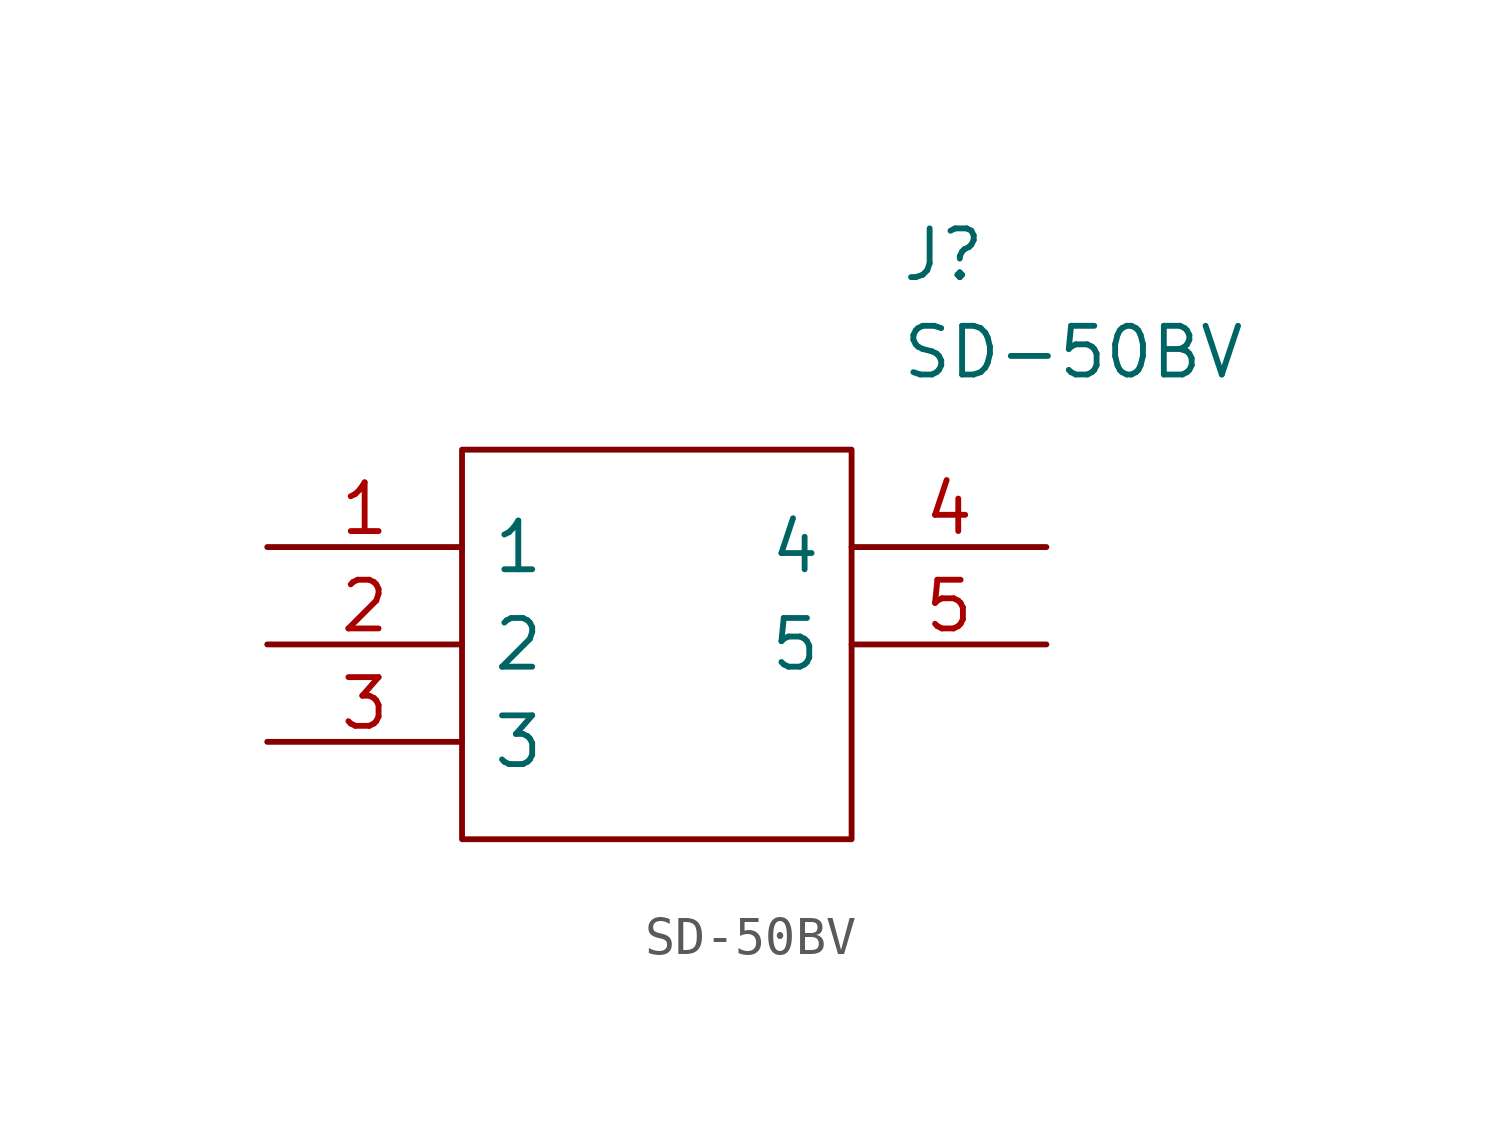
<source format=kicad_sym>
(kicad_symbol_lib
  (version 20211014)
  (generator kicad_symbol_editor)
  (symbol "SD-50BV"
    (pin_names
      (offset 0.762))
    (property "Reference" "J"
      (at 16.51 7.62 0)
      (effects (font (size 1.27 1.27)) (justify left)))
    (property "Value" "SD-50BV"
      (at 16.51 5.08 0)
      (effects (font (size 1.27 1.27)) (justify left)))
    (symbol "SD-50BV_0_0"
      (pin passive line (at 0 0 0) (length 5.08) (name "1" (effects (font (size 1.27 1.27)))) (number "1" (effects (font (size 1.27 1.27)))))
      (pin passive line (at 0 -2.54 0) (length 5.08) (name "2" (effects (font (size 1.27 1.27)))) (number "2" (effects (font (size 1.27 1.27)))))
      (pin passive line (at 0 -5.08 0) (length 5.08) (name "3" (effects (font (size 1.27 1.27)))) (number "3" (effects (font (size 1.27 1.27)))))
      (pin passive line (at 20.32 0 180) (length 5.08) (name "4" (effects (font (size 1.27 1.27)))) (number "4" (effects (font (size 1.27 1.27)))))
      (pin passive line (at 20.32 -2.54 180) (length 5.08) (name "5" (effects (font (size 1.27 1.27)))) (number "5" (effects (font (size 1.27 1.27))))))
    (symbol "SD-50BV_0_1"
      (polyline (pts (xy 5.08 2.54) (xy 15.24 2.54) (xy 15.24 -7.62) (xy 5.08 -7.62) (xy 5.08 2.54)) (stroke (width 0.152) (type default) (color 0 0 0 0)) (fill (type none))))))
</source>
